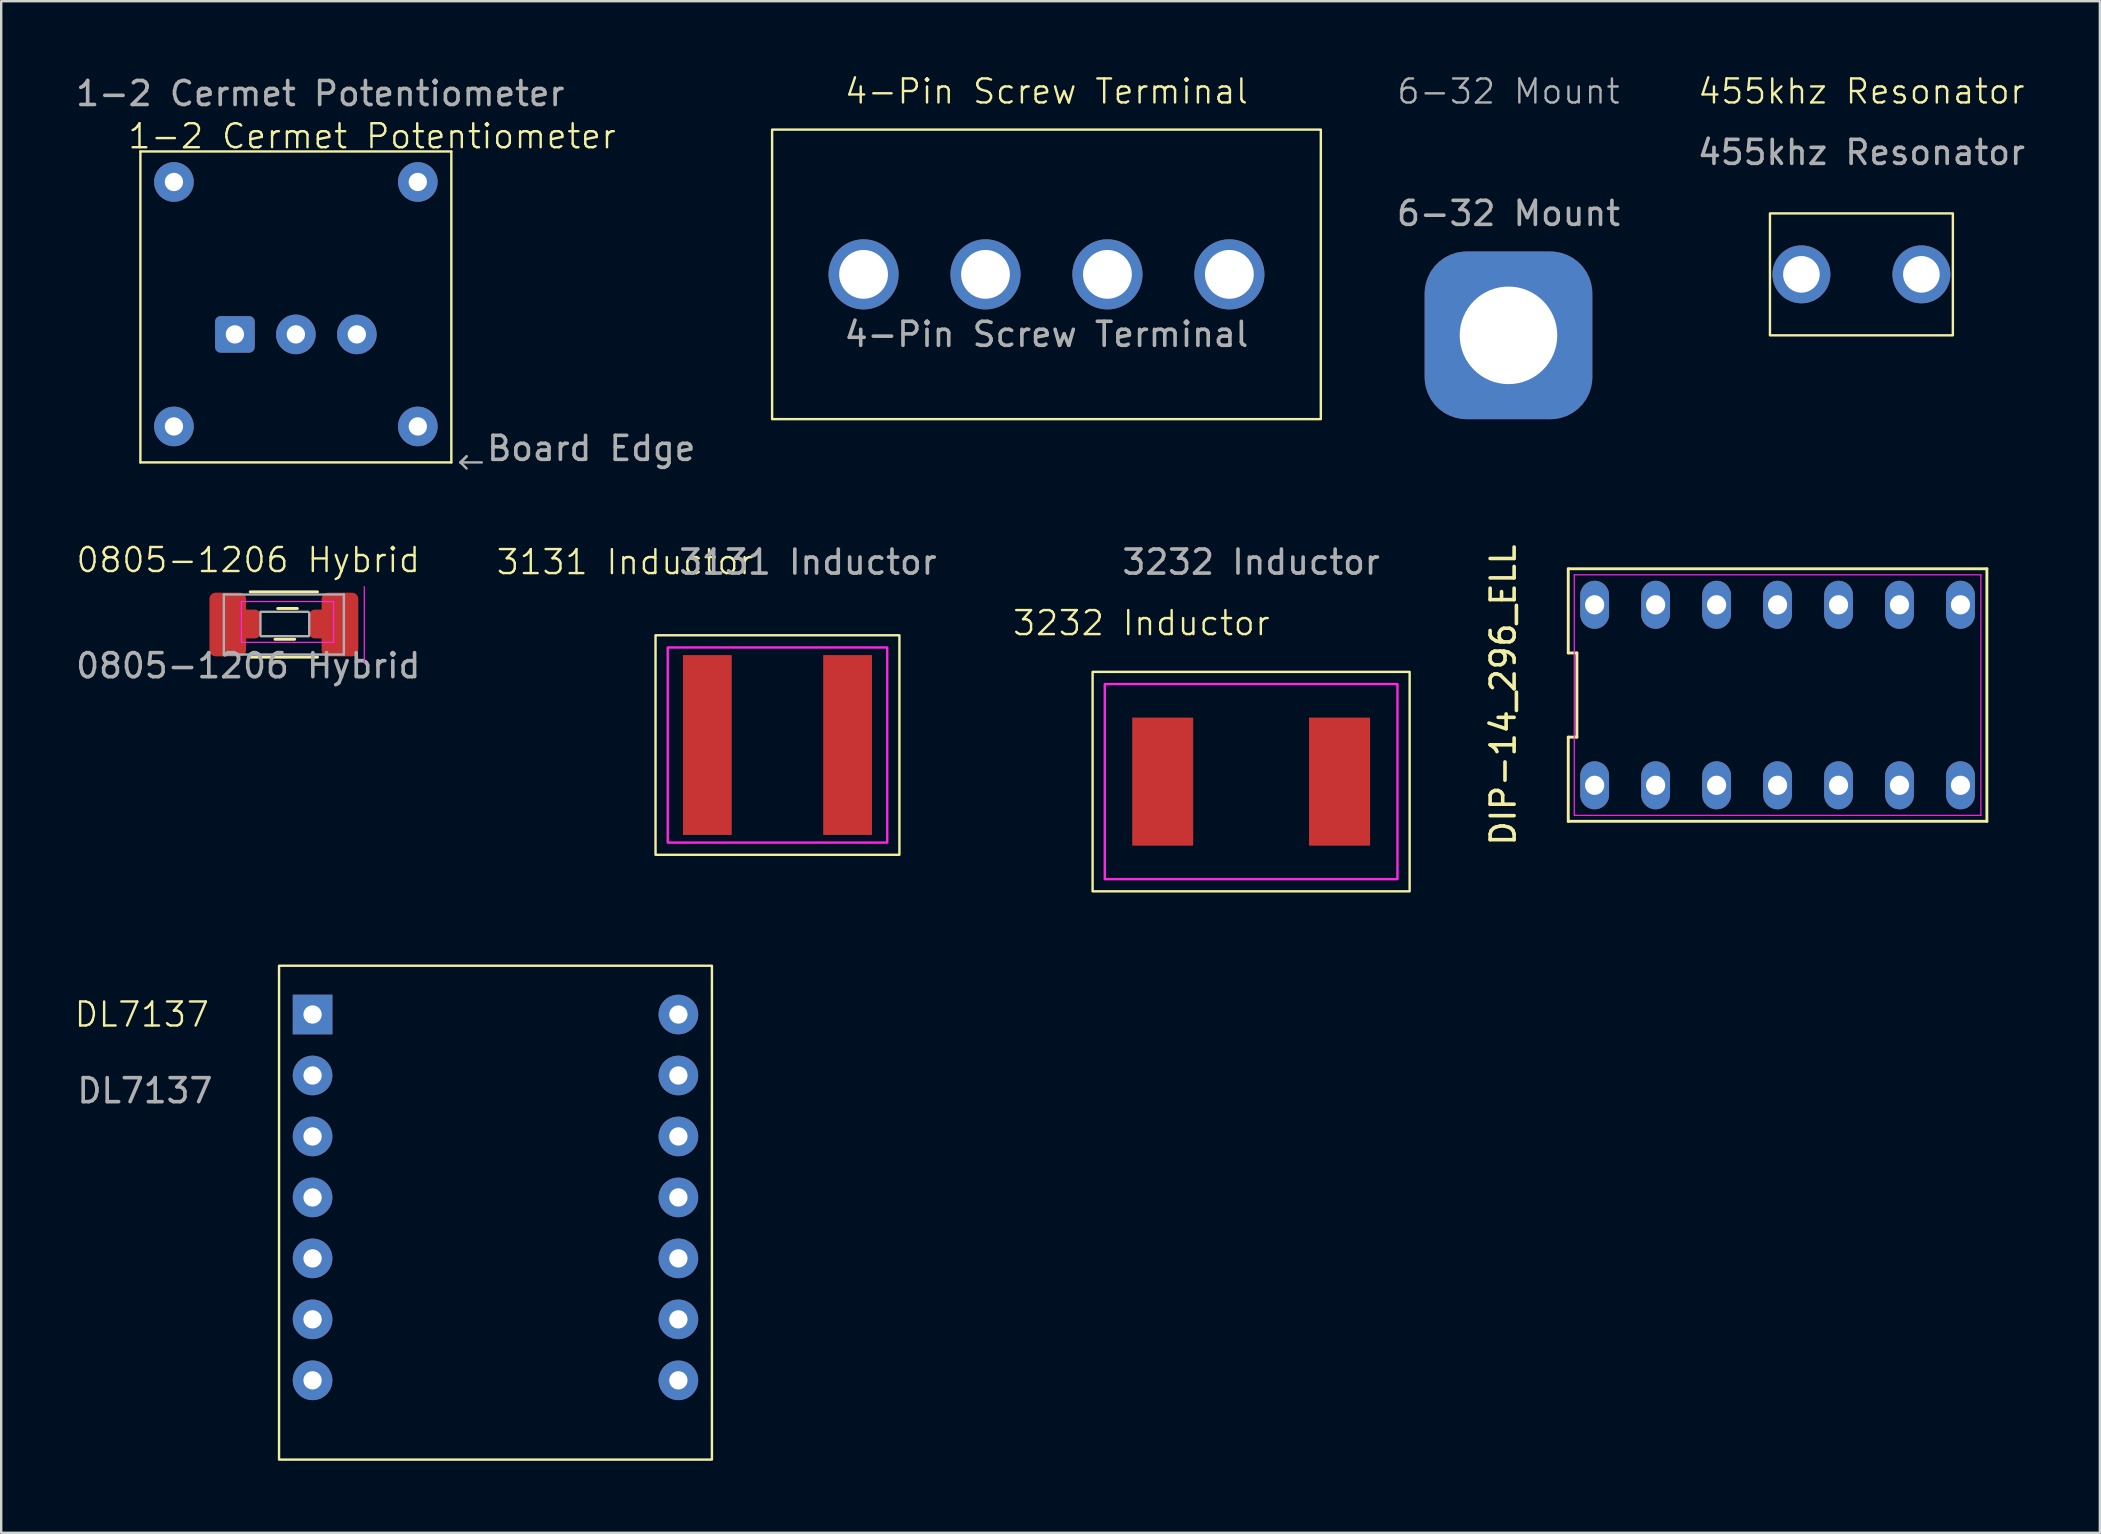
<source format=kicad_pcb>
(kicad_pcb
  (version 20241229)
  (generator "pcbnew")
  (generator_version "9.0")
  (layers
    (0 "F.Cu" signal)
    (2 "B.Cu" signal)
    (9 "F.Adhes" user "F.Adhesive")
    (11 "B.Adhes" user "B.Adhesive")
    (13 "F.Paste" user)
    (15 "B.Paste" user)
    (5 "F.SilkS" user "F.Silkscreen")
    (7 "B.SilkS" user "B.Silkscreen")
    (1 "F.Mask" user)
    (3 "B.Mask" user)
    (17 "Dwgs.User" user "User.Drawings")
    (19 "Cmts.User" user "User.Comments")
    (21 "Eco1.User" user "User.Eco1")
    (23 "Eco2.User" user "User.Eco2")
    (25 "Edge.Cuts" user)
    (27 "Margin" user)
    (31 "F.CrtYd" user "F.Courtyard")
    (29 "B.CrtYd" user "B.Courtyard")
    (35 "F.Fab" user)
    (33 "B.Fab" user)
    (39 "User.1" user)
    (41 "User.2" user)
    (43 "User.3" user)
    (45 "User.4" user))
  (footprint "3131 Inductor"
    (layer "F.Cu")
    (at 29.34 27.988)
    (property "Reference" "3131 Inductor" (at -6.35 -7.62 0) (unlocked yes) (layer "F.SilkS") (effects (font (size 1 1) (thickness 0.1))))
    (attr smd)
    (fp_rect (start -5.08 -4.572) (end 5.08 4.572) (stroke (width 0.1) (type default)) (fill no) (layer "F.SilkS"))
    (fp_rect (start -4.572 -4.064) (end 4.572 4.064) (stroke (width 0.1) (type default)) (fill no) (layer "F.CrtYd"))
    (fp_text user "${REFERENCE}" (at 1.27 -7.62 0) (unlocked yes) (layer "F.Fab") (effects (font (size 1 1) (thickness 0.15))))
    (pad "1" smd rect (at -2.921 0) (size 2.032 7.493) (layers "F.Cu" "F.Mask" "F.Paste"))
    (pad "2" smd rect (at 2.921 0) (size 2.032 7.493) (layers "F.Cu" "F.Mask" "F.Paste")))
  (footprint "1-2 Cermet Potentiometer"
    (layer "F.Cu")
    (at 9.276 10.881)
    (property "Reference" "1-2 Cermet Potentiometer" (at 3.175 -8.255 0) (unlocked yes) (layer "F.SilkS") (effects (font (size 1 1) (thickness 0.1))))
    (attr through_hole)
    (fp_line (start -6.477 -7.62) (end 6.477 -7.62) (stroke (width 0.1) (type default)) (layer "F.SilkS"))
    (fp_line (start -6.477 5.334) (end -6.477 -7.62) (stroke (width 0.1) (type default)) (layer "F.SilkS"))
    (fp_line (start 6.477 -7.62) (end 6.477 5.334) (stroke (width 0.1) (type default)) (layer "F.SilkS"))
    (fp_line (start 6.477 5.334) (end -6.477 5.334) (stroke (width 0.1) (type default)) (layer "F.SilkS"))
    (fp_line (start 6.858 5.334) (end 7.112 5.08) (stroke (width 0.1) (type default)) (layer "F.Fab"))
    (fp_line (start 6.858 5.334) (end 7.112 5.588) (stroke (width 0.1) (type default)) (layer "F.Fab"))
    (fp_line (start 6.858 5.334) (end 7.747 5.334) (stroke (width 0.1) (type default)) (layer "F.Fab"))
    (fp_line (start 7.112 5.08) (end 6.858 5.334) (stroke (width 0.1) (type default)) (layer "F.Fab"))
    (fp_text user "${REFERENCE}" (at 1.016 -10.033 0) (unlocked yes) (layer "F.Fab") (effects (font (size 1 1) (thickness 0.15))))
    (fp_text user "Board Edge" (at 7.874 5.334 0) (unlocked yes) (layer "F.Fab") (effects (font (size 1 1) (thickness 0.15)) (justify left bottom)))
    (pad "1" thru_hole roundrect (at -2.54 0) (size 1.651 1.524) (drill 0.762) (layers "*.Cu" "*.Mask") (roundrect_rratio 0.151))
    (pad "2" thru_hole circle (at 0 0) (size 1.651 1.651) (drill 0.762) (layers "*.Cu" "*.Mask"))
    (pad "3" thru_hole circle (at 2.54 0) (size 1.651 1.651) (drill 0.762) (layers "*.Cu" "*.Mask"))
    (pad "4" thru_hole circle (at -5.08 -6.35) (size 1.651 1.651) (drill 0.762) (layers "*.Cu" "*.Mask"))
    (pad "4" thru_hole circle (at -5.08 3.835) (size 1.651 1.651) (drill 0.762) (layers "*.Cu" "*.Mask"))
    (pad "4" thru_hole circle (at 5.08 -6.35) (size 1.651 1.651) (drill 0.762) (layers "*.Cu" "*.Mask"))
    (pad "4" thru_hole circle (at 5.08 3.835) (size 1.651 1.651) (drill 0.762) (layers "*.Cu" "*.Mask")))
  (footprint "455khz Resonator"
    (layer "F.Cu")
    (at 74.497 8.38)
    (property "Reference" "455khz Resonator" (at 0 -7.62 0) (unlocked yes) (layer "F.SilkS") (effects (font (size 1 1) (thickness 0.1))))
    (attr through_hole)
    (fp_rect (start -3.81 -2.54) (end 3.81 2.54) (stroke (width 0.1) (type default)) (fill no) (layer "F.SilkS"))
    (fp_text user "${REFERENCE}" (at 0 -5.08 0) (unlocked yes) (layer "F.Fab") (effects (font (size 1 1) (thickness 0.15))))
    (pad "1" thru_hole circle (at -2.499 0) (size 2.413 2.413) (drill 1.524) (layers "*.Cu" "*.Mask"))
    (pad "2" thru_hole circle (at 2.499 0) (size 2.413 2.413) (drill 1.524) (layers "*.Cu" "*.Mask")))
  (footprint "4-Pin Screw Terminal"
    (layer "F.Cu")
    (at 40.546 8.38)
    (property "Reference" "4-Pin Screw Terminal" (at 0 -7.62 0) (unlocked yes) (layer "F.SilkS") (effects (font (size 1 1) (thickness 0.1))))
    (attr through_hole)
    (fp_rect (start -11.43 -6.032) (end 11.43 6.032) (stroke (width 0.1) (type default)) (fill no) (layer "F.SilkS"))
    (fp_text user "${REFERENCE}" (at 0 2.5 0) (unlocked yes) (layer "F.Fab") (effects (font (size 1 1) (thickness 0.15))))
    (pad "1" thru_hole circle (at -7.62 0) (size 2.921 2.921) (drill 2.032) (layers "*.Cu" "*.Mask"))
    (pad "2" thru_hole circle (at -2.54 0) (size 2.921 2.921) (drill 2.032) (layers "*.Cu" "*.Mask"))
    (pad "3" thru_hole circle (at 2.54 0) (size 2.921 2.921) (drill 2.032) (layers "*.Cu" "*.Mask"))
    (pad "4" thru_hole circle (at 7.62 0) (size 2.921 2.921) (drill 2.032) (layers "*.Cu" "*.Mask")))
  (footprint "3232 Inductor"
    (layer "F.Cu")
    (at 49.072 29.512)
    (property "Reference" "3232 Inductor" (at -4.572 -6.604 0) (unlocked yes) (layer "F.SilkS") (effects (font (size 1 1) (thickness 0.1))))
    (attr smd)
    (fp_rect (start -6.604 -4.572) (end 6.604 4.572) (stroke (width 0.1) (type default)) (fill no) (layer "F.SilkS"))
    (fp_rect (start -6.096 -4.064) (end 6.096 4.064) (stroke (width 0.1) (type default)) (fill no) (layer "F.CrtYd"))
    (fp_text user "${REFERENCE}" (at 0 -9.144 0) (unlocked yes) (layer "F.Fab") (effects (font (size 1 1) (thickness 0.15))))
    (pad "1" smd rect (at -3.683 0) (size 2.54 5.334) (layers "F.Cu" "F.Mask" "F.Paste"))
    (pad "2" smd rect (at 3.683 0) (size 2.54 5.334) (layers "F.Cu" "F.Mask" "F.Paste")))
  (footprint "0805-1206 Hybrid"
    (layer "F.Cu")
    (at 7.292 22.185)
    (property "Reference" "0805-1206 Hybrid" (at 0 -1.905 0) (unlocked yes) (layer "F.SilkS") (effects (font (size 1 1) (thickness 0.1))))
    (attr smd)
    (fp_line (start 0.082 -0.578) (end 2.886 -0.578) (stroke (width 0.12) (type solid)) (layer "F.SilkS"))
    (fp_line (start 0.082 2.142) (end 2.886 2.142) (stroke (width 0.12) (type solid)) (layer "F.SilkS"))
    (fp_line (start 1.114 1.397) (end 1.934 1.397) (stroke (width 0.12) (type solid)) (layer "F.SilkS"))
    (fp_line (start 1.226 0.114) (end 2.046 0.114) (stroke (width 0.12) (type solid)) (layer "F.SilkS"))
    (fp_line (start -0.284 -0.176) (end 3.556 -0.176) (stroke (width 0.05) (type solid)) (layer "F.CrtYd"))
    (fp_line (start -0.284 1.524) (end -0.284 -0.176) (stroke (width 0.05) (type solid)) (layer "F.CrtYd"))
    (fp_line (start 3.556 -0.176) (end 3.556 1.524) (stroke (width 0.05) (type solid)) (layer "F.CrtYd"))
    (fp_line (start 3.556 1.524) (end -0.284 1.524) (stroke (width 0.05) (type solid)) (layer "F.CrtYd"))
    (fp_line (start 4.834 -0.798) (end 4.834 2.362) (stroke (width 0.05) (type solid)) (layer "F.CrtYd"))
    (fp_line (start -1.016 -0.468) (end 3.984 -0.468) (stroke (width 0.1) (type solid)) (layer "F.Fab"))
    (fp_line (start -1.016 2.032) (end -1.016 -0.468) (stroke (width 0.1) (type solid)) (layer "F.Fab"))
    (fp_line (start 0.508 0.254) (end 2.508 0.254) (stroke (width 0.1) (type solid)) (layer "F.Fab"))
    (fp_line (start 0.508 1.212) (end 0.508 0.312) (stroke (width 0.1) (type solid)) (layer "F.Fab"))
    (fp_line (start 2.524 1.27) (end 0.524 1.27) (stroke (width 0.1) (type solid)) (layer "F.Fab"))
    (fp_line (start 2.54 0.312) (end 2.54 1.212) (stroke (width 0.1) (type solid)) (layer "F.Fab"))
    (fp_line (start 3.984 -0.468) (end 3.984 2.032) (stroke (width 0.1) (type solid)) (layer "F.Fab"))
    (fp_line (start 3.984 2.032) (end -1.016 2.032) (stroke (width 0.1) (type solid)) (layer "F.Fab"))
    (fp_text user "${REFERENCE}" (at 0 2.5 0) (unlocked yes) (layer "F.Fab") (effects (font (size 1 1) (thickness 0.15))))
    (pad "1" smd roundrect (at -0.854 0.782) (size 1.525 2.65) (layers "F.Cu" "F.Mask" "F.Paste") (roundrect_rratio 0.164))
    (pad "1" smd roundrect (at 0 0.762) (size 1.05 1.2) (layers "F.Cu" "F.Mask" "F.Paste") (roundrect_rratio 0.238))
    (pad "2" smd roundrect (at 3.048 0.762) (size 1.05 1.2) (layers "F.Cu" "F.Mask" "F.Paste") (roundrect_rratio 0.238))
    (pad "2" smd roundrect (at 3.821 0.782) (size 1.525 2.65) (layers "F.Cu" "F.Mask" "F.Paste") (roundrect_rratio 0.164)))
  (footprint "DIP-14_296_ELL"
    (layer "F.Cu")
    (at 71.004 25.906)
    (property "Reference" "DIP-14_296_ELL" (at -11.43 0 90) (unlocked yes) (layer "F.SilkS") (effects (font (size 1 1) (thickness 0.15))))
    (attr through_hole)
    (fp_line (start -8.72 -5.26) (end -8.72 -1.753) (stroke (width 0.12) (type default)) (layer "F.SilkS"))
    (fp_line (start -8.72 -1.753) (end -8.36 -1.753) (stroke (width 0.12) (type default)) (layer "F.SilkS"))
    (fp_line (start -8.72 1.753) (end -8.72 5.26) (stroke (width 0.12) (type default)) (layer "F.SilkS"))
    (fp_line (start -8.72 5.26) (end 8.72 5.26) (stroke (width 0.12) (type default)) (layer "F.SilkS"))
    (fp_line (start -8.36 -1.753) (end -8.36 1.753) (stroke (width 0.12) (type default)) (layer "F.SilkS"))
    (fp_line (start -8.36 1.753) (end -8.72 1.753) (stroke (width 0.12) (type default)) (layer "F.SilkS"))
    (fp_line (start 8.72 -5.26) (end -8.72 -5.26) (stroke (width 0.12) (type default)) (layer "F.SilkS"))
    (fp_line (start 8.72 5.26) (end 8.72 -5.26) (stroke (width 0.12) (type default)) (layer "F.SilkS"))
    (fp_line (start -8.47 -5.01) (end 8.47 -5.01) (stroke (width 0.05) (type default)) (layer "F.CrtYd"))
    (fp_line (start -8.47 5.01) (end -8.47 -5.01) (stroke (width 0.05) (type default)) (layer "F.CrtYd"))
    (fp_line (start 8.47 -5.01) (end 8.47 5.01) (stroke (width 0.05) (type default)) (layer "F.CrtYd"))
    (fp_line (start 8.47 5.01) (end -8.47 5.01) (stroke (width 0.05) (type default)) (layer "F.CrtYd"))
    (pad "1" thru_hole oval (at -7.62 3.76) (size 1.2 2) (drill 0.8) (layers "*.Cu" "*.Mask"))
    (pad "2" thru_hole oval (at -5.08 3.76) (size 1.2 2) (drill 0.8) (layers "*.Cu" "*.Mask"))
    (pad "3" thru_hole oval (at -2.54 3.76) (size 1.2 2) (drill 0.8) (layers "*.Cu" "*.Mask"))
    (pad "4" thru_hole oval (at 0 3.76) (size 1.2 2) (drill 0.8) (layers "*.Cu" "*.Mask"))
    (pad "5" thru_hole oval (at 2.54 3.76) (size 1.2 2) (drill 0.8) (layers "*.Cu" "*.Mask"))
    (pad "6" thru_hole oval (at 5.08 3.76) (size 1.2 2) (drill 0.8) (layers "*.Cu" "*.Mask"))
    (pad "7" thru_hole oval (at 7.62 3.76) (size 1.2 2) (drill 0.8) (layers "*.Cu" "*.Mask"))
    (pad "8" thru_hole oval (at 7.62 -3.76) (size 1.2 2) (drill 0.8) (layers "*.Cu" "*.Mask"))
    (pad "9" thru_hole oval (at 5.08 -3.76) (size 1.2 2) (drill 0.8) (layers "*.Cu" "*.Mask"))
    (pad "10" thru_hole oval (at 2.54 -3.76) (size 1.2 2) (drill 0.8) (layers "*.Cu" "*.Mask"))
    (pad "11" thru_hole oval (at 0 -3.76) (size 1.2 2) (drill 0.8) (layers "*.Cu" "*.Mask"))
    (pad "12" thru_hole oval (at -2.54 -3.76) (size 1.2 2) (drill 0.8) (layers "*.Cu" "*.Mask"))
    (pad "13" thru_hole oval (at -5.08 -3.76) (size 1.2 2) (drill 0.8) (layers "*.Cu" "*.Mask"))
    (pad "14" thru_hole oval (at -7.62 -3.76) (size 1.2 2) (drill 0.8) (layers "*.Cu" "*.Mask")))
  (footprint "DL7137"
    (layer "F.Cu")
    (at 9.972 39.215)
    (property "Reference" "DL7137" (at -7.112 0 0) (unlocked yes) (layer "F.SilkS") (effects (font (size 1 1) (thickness 0.1))))
    (attr through_hole)
    (fp_rect (start -1.397 -2.032) (end 16.637 18.542) (stroke (width 0.1) (type default)) (fill no) (layer "F.SilkS"))
    (fp_text user "${REFERENCE}" (at -6.985 3.175 0) (unlocked yes) (layer "F.Fab") (effects (font (size 1 1) (thickness 0.15))))
    (pad "1" thru_hole rect (at 0 0) (size 1.651 1.651) (drill 0.762) (layers "*.Cu" "*.Mask"))
    (pad "2" thru_hole circle (at 0 2.54) (size 1.651 1.651) (drill 0.762) (layers "*.Cu" "*.Mask"))
    (pad "3" thru_hole circle (at 0 5.08) (size 1.651 1.651) (drill 0.762) (layers "*.Cu" "*.Mask"))
    (pad "4" thru_hole circle (at 0 7.62) (size 1.651 1.651) (drill 0.762) (layers "*.Cu" "*.Mask"))
    (pad "5" thru_hole circle (at 0 10.16) (size 1.651 1.651) (drill 0.762) (layers "*.Cu" "*.Mask"))
    (pad "6" thru_hole circle (at 0 12.7) (size 1.651 1.651) (drill 0.762) (layers "*.Cu" "*.Mask"))
    (pad "7" thru_hole circle (at 0 15.24) (size 1.651 1.651) (drill 0.762) (layers "*.Cu" "*.Mask"))
    (pad "8" thru_hole circle (at 15.24 15.24) (size 1.651 1.651) (drill 0.762) (layers "*.Cu" "*.Mask"))
    (pad "9" thru_hole circle (at 15.24 12.7) (size 1.651 1.651) (drill 0.762) (layers "*.Cu" "*.Mask"))
    (pad "10" thru_hole circle (at 15.24 10.16) (size 1.651 1.651) (drill 0.762) (layers "*.Cu" "*.Mask"))
    (pad "11" thru_hole circle (at 15.24 7.62) (size 1.651 1.651) (drill 0.762) (layers "*.Cu" "*.Mask"))
    (pad "12" thru_hole circle (at 15.24 5.08) (size 1.651 1.651) (drill 0.762) (layers "*.Cu" "*.Mask"))
    (pad "13" thru_hole circle (at 15.24 2.54) (size 1.651 1.651) (drill 0.762) (layers "*.Cu" "*.Mask"))
    (pad "14" thru_hole circle (at 15.24 0) (size 1.651 1.651) (drill 0.762) (layers "*.Cu" "*.Mask")))
  (footprint "6-32 Mount"
    (layer "F.Cu")
    (at 59.794 10.921)
    (property "Reference" "6-32 Mount" (at 0 -10.16 0) (unlocked yes) (layer "F.Fab") (effects (font (size 1 1) (thickness 0.1))))
    (attr through_hole)
    (fp_text user "${REFERENCE}" (at 0 -5.08 0) (unlocked yes) (layer "F.Fab") (effects (font (size 1 1) (thickness 0.15))))
    (pad "1" thru_hole roundrect (at 0 0) (size 6.985 6.985) (drill 4.064) (layers "*.Cu" "*.Mask") (roundrect_rratio 0.25)))
  (gr_rect
    (start -3 -3)
    (end 84.431 60.807)
    (stroke (width 0.1) (type default))
    (fill no)
    (layer "Edge.Cuts")))
</source>
